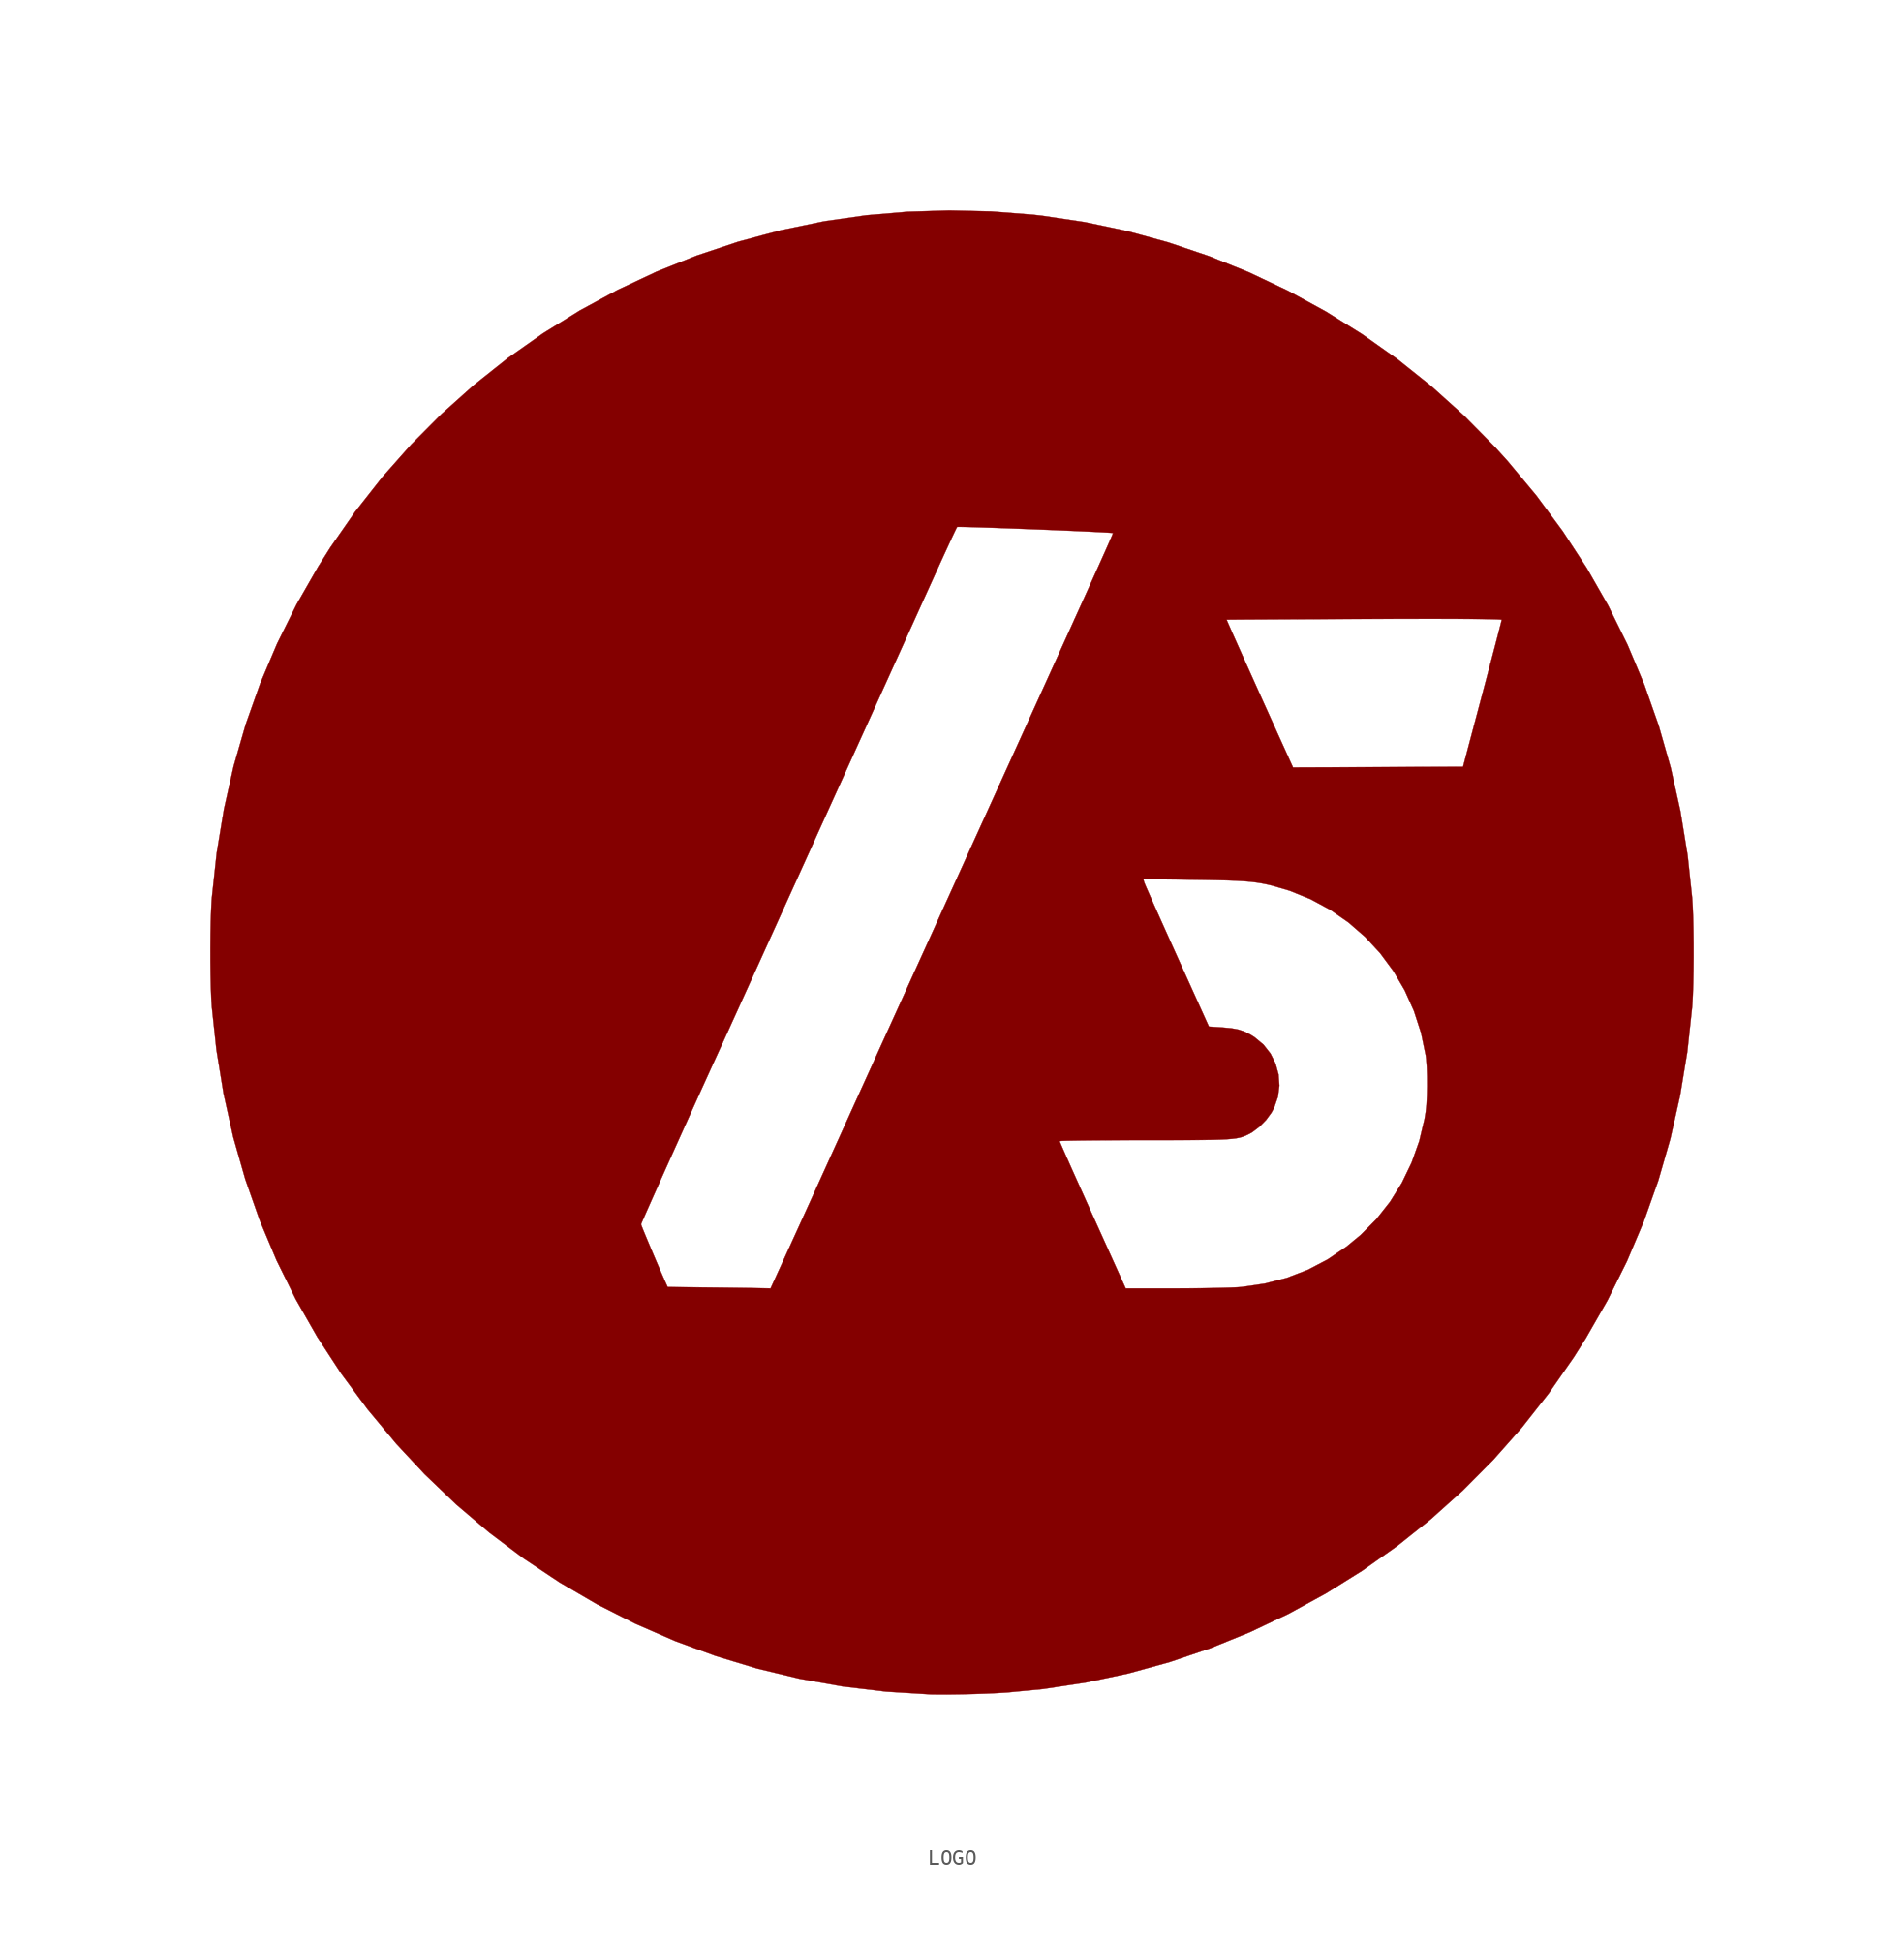
<source format=kicad_sym>
(kicad_symbol_lib
  (version 20210619)
  (generator bitmap2component)
  (symbol "LOGO"
    (pin_names
      (offset 1.016))
    (property "Reference" "#G"
      (at 0 49.403 0)
      (effects (font (size 1.27 1.27)) hide))
    (symbol "LOGO_0_0"
      (polyline (pts (xy -0.102 -47.875) (xy 0.651 -47.864) (xy 1.437 -47.844) (xy 2.212 -47.817) (xy 2.933 -47.784) (xy 3.556 -47.746) (xy 5.895 -47.519) (xy 8.655 -47.098) (xy 11.374 -46.518) (xy 14.046 -45.781) (xy 16.664 -44.892) (xy 19.222 -43.854) (xy 21.714 -42.671) (xy 24.134 -41.347) (xy 26.475 -39.885) (xy 28.73 -38.29) (xy 30.894 -36.565) (xy 32.96 -34.713) (xy 34.922 -32.739) (xy 36.774 -30.646) (xy 38.509 -28.439) (xy 40.12 -26.12) (xy 40.892 -24.899) (xy 42.299 -22.441) (xy 43.548 -19.926) (xy 44.639 -17.352) (xy 45.574 -14.716) (xy 46.353 -12.016) (xy 46.976 -9.251) (xy 47.445 -6.417) (xy 47.76 -3.514) (xy 47.772 -3.347) (xy 47.805 -2.731) (xy 47.83 -1.993) (xy 47.845 -1.171) (xy 47.852 -0.3) (xy 47.851 0.583) (xy 47.841 1.442) (xy 47.823 2.242) (xy 47.796 2.944) (xy 47.76 3.514) (xy 47.463 6.278) (xy 46.998 9.128) (xy 46.378 11.912) (xy 45.602 14.629) (xy 44.671 17.278) (xy 43.586 19.858) (xy 42.346 22.369) (xy 40.952 24.811) (xy 39.404 27.181) (xy 37.703 29.481) (xy 35.849 31.708) (xy 34.981 32.666) (xy 33.01 34.66) (xy 30.931 36.531) (xy 28.75 38.273) (xy 26.477 39.882) (xy 24.117 41.356) (xy 21.678 42.689) (xy 19.168 43.879) (xy 16.593 44.921) (xy 13.961 45.811) (xy 11.281 46.546) (xy 8.557 47.121) (xy 5.8 47.533) (xy 5.209 47.6) (xy 2.533 47.808) (xy -0.168 47.87) (xy -2.864 47.788) (xy -5.527 47.561) (xy -8.128 47.191) (xy -8.312 47.159) (xy -11.082 46.585) (xy -13.799 45.853) (xy -16.457 44.966) (xy -19.051 43.928) (xy -21.574 42.743) (xy -24.021 41.415) (xy -26.385 39.948) (xy -28.66 38.347) (xy -30.841 36.614) (xy -32.922 34.754) (xy -34.896 32.77) (xy -36.758 30.667) (xy -38.501 28.449) (xy -40.12 26.12) (xy -40.892 24.899) (xy -42.299 22.441) (xy -43.548 19.926) (xy -44.639 17.352) (xy -45.574 14.716) (xy -46.353 12.016) (xy -46.976 9.251) (xy -47.445 6.417) (xy -47.76 3.514) (xy -47.773 3.347) (xy -47.805 2.731) (xy -47.83 1.994) (xy -47.845 1.171) (xy -47.852 0.3) (xy -47.851 -0.583) (xy -47.841 -1.442) (xy -47.823 -2.241) (xy -47.796 -2.944) (xy -47.76 -3.514) (xy -47.463 -6.278) (xy -46.998 -9.128) (xy -46.378 -11.912) (xy -45.602 -14.629) (xy -44.671 -17.277) (xy -44.561 -17.54) (xy -20.066 -17.54) (xy -20.052 -17.5) (xy -19.976 -17.321) (xy -19.84 -17.011) (xy -19.652 -16.585) (xy -19.417 -16.056) (xy -19.143 -15.441) (xy -18.834 -14.751) (xy -18.499 -14.003) (xy -18.143 -13.21) (xy -17.772 -12.386) (xy -17.394 -11.546) (xy -17.014 -10.704) (xy -16.639 -9.874) (xy -16.276 -9.071) (xy -15.93 -8.309) (xy -15.609 -7.602) (xy -15.318 -6.965) (xy -15.065 -6.411) (xy -14.855 -5.955) (xy -14.805 -5.848) (xy -14.682 -5.577) (xy -14.496 -5.17) (xy -14.254 -4.636) (xy -13.959 -3.987) (xy -13.617 -3.232) (xy -13.231 -2.382) (xy -12.806 -1.447) (xy -12.348 -0.437) (xy -11.861 0.638) (xy -11.349 1.767) (xy -10.817 2.941) (xy -10.269 4.149) (xy -10.097 4.528) (xy -9.516 5.811) (xy -8.931 7.101) (xy -8.35 8.384) (xy -7.778 9.646) (xy -7.223 10.871) (xy -6.691 12.044) (xy -6.189 13.152) (xy -5.723 14.18) (xy -5.301 15.111) (xy -4.928 15.933) (xy -4.612 16.63) (xy -4.36 17.187) (xy -4.328 17.256) (xy -3.917 18.165) (xy -3.464 19.163) (xy -2.989 20.212) (xy -2.509 21.269) (xy -2.045 22.295) (xy -1.613 23.248) (xy -1.232 24.088) (xy -1.045 24.5) (xy -0.738 25.175) (xy -0.455 25.792) (xy -0.204 26.336) (xy 0.007 26.791) (xy 0.172 27.14) (xy 0.282 27.367) (xy 0.329 27.456) (xy 0.38 27.46) (xy 0.582 27.46) (xy 0.923 27.454) (xy 1.383 27.442) (xy 1.945 27.424) (xy 2.591 27.403) (xy 3.303 27.378) (xy 4.062 27.35) (xy 4.851 27.32) (xy 5.651 27.289) (xy 6.444 27.257) (xy 7.213 27.225) (xy 7.94 27.193) (xy 8.605 27.163) (xy 9.192 27.135) (xy 9.682 27.11) (xy 10.057 27.089) (xy 10.3 27.072) (xy 10.391 27.059) (xy 10.391 27.059) (xy 10.38 27.023) (xy 10.345 26.934) (xy 10.281 26.784) (xy 10.187 26.569) (xy 10.061 26.283) (xy 9.901 25.922) (xy 9.703 25.48) (xy 9.466 24.951) (xy 9.187 24.332) (xy 8.864 23.616) (xy 8.494 22.797) (xy 8.075 21.872) (xy 7.893 21.47) (xy 17.719 21.47) (xy 17.787 21.473) (xy 18.013 21.476) (xy 18.388 21.479) (xy 18.901 21.483) (xy 19.539 21.487) (xy 20.292 21.491) (xy 21.15 21.496) (xy 22.1 21.501) (xy 23.132 21.505) (xy 24.234 21.51) (xy 25.396 21.515) (xy 26.607 21.519) (xy 27.338 21.521) (xy 28.896 21.526) (xy 30.287 21.527) (xy 31.51 21.527) (xy 32.568 21.525) (xy 33.459 21.52) (xy 34.187 21.513) (xy 34.751 21.504) (xy 35.153 21.493) (xy 35.393 21.48) (xy 35.473 21.464) (xy 35.459 21.402) (xy 35.406 21.188) (xy 35.316 20.837) (xy 35.193 20.364) (xy 35.042 19.783) (xy 34.865 19.109) (xy 34.667 18.357) (xy 34.452 17.543) (xy 34.223 16.679) (xy 32.977 11.98) (xy 22.005 11.937) (xy 21.802 12.382) (xy 21.499 13.051) (xy 21.073 13.989) (xy 20.65 14.925) (xy 20.233 15.847) (xy 19.829 16.741) (xy 19.445 17.596) (xy 19.084 18.398) (xy 18.753 19.134) (xy 18.458 19.793) (xy 18.204 20.361) (xy 17.998 20.825) (xy 17.845 21.173) (xy 17.749 21.392) (xy 17.719 21.47) (xy 7.893 21.47) (xy 7.606 20.835) (xy 7.082 19.68) (xy 6.503 18.403) (xy 5.865 16.997) (xy 5.166 15.458) (xy 4.405 13.781) (xy 3.578 11.96) (xy 2.683 9.991) (xy 2.241 9.017) (xy 0.981 6.245) (xy -0.209 3.624) (xy -1.33 1.155) (xy -2.384 -1.165) (xy -3.37 -3.337) (xy -4.29 -5.363) (xy -5.144 -7.243) (xy -5.932 -8.98) (xy -6.656 -10.575) (xy -7.315 -12.029) (xy -7.38 -12.171) (xy 6.942 -12.171) (xy 6.952 -12.167) (xy 7.091 -12.156) (xy 7.38 -12.146) (xy 7.805 -12.137) (xy 8.353 -12.128) (xy 9.008 -12.121) (xy 9.757 -12.115) (xy 10.586 -12.111) (xy 11.482 -12.108) (xy 12.428 -12.107) (xy 12.66 -12.107) (xy 13.78 -12.107) (xy 14.746 -12.105) (xy 15.572 -12.101) (xy 16.271 -12.095) (xy 16.856 -12.085) (xy 17.341 -12.07) (xy 17.739 -12.05) (xy 18.063 -12.024) (xy 18.326 -11.991) (xy 18.543 -11.95) (xy 18.725 -11.901) (xy 18.886 -11.842) (xy 19.041 -11.773) (xy 19.201 -11.693) (xy 19.372 -11.596) (xy 19.832 -11.248) (xy 20.265 -10.808) (xy 20.618 -10.327) (xy 20.791 -10.003) (xy 21.032 -9.308) (xy 21.123 -8.587) (xy 21.069 -7.867) (xy 20.877 -7.17) (xy 20.551 -6.522) (xy 20.097 -5.946) (xy 19.52 -5.468) (xy 19.278 -5.315) (xy 18.892 -5.116) (xy 18.494 -4.981) (xy 18.032 -4.895) (xy 17.454 -4.841) (xy 16.578 -4.784) (xy 14.51 -0.212) (xy 14.169 0.543) (xy 13.812 1.336) (xy 13.481 2.074) (xy 13.182 2.742) (xy 12.922 3.327) (xy 12.707 3.814) (xy 12.543 4.189) (xy 12.436 4.439) (xy 12.393 4.548) (xy 12.344 4.737) (xy 15.549 4.694) (xy 16.128 4.686) (xy 16.984 4.671) (xy 17.705 4.652) (xy 18.31 4.63) (xy 18.821 4.6) (xy 19.26 4.564) (xy 19.646 4.517) (xy 20.001 4.46) (xy 20.346 4.39) (xy 20.701 4.306) (xy 21.787 3.986) (xy 23.139 3.439) (xy 24.407 2.752) (xy 25.584 1.937) (xy 26.661 1) (xy 27.63 -0.048) (xy 28.482 -1.199) (xy 29.211 -2.443) (xy 29.807 -3.771) (xy 30.263 -5.176) (xy 30.57 -6.646) (xy 30.599 -6.877) (xy 30.636 -7.39) (xy 30.657 -7.993) (xy 30.66 -8.635) (xy 30.646 -9.265) (xy 30.615 -9.832) (xy 30.567 -10.287) (xy 30.493 -10.737) (xy 30.151 -12.173) (xy 29.66 -13.553) (xy 29.029 -14.863) (xy 28.266 -16.088) (xy 27.378 -17.213) (xy 26.374 -18.223) (xy 25.459 -18.978) (xy 24.235 -19.808) (xy 22.951 -20.48) (xy 21.6 -20.999) (xy 20.175 -21.366) (xy 18.669 -21.586) (xy 18.375 -21.606) (xy 17.933 -21.625) (xy 17.374 -21.641) (xy 16.722 -21.655) (xy 16.004 -21.666) (xy 15.245 -21.672) (xy 14.472 -21.674) (xy 11.207 -21.675) (xy 9.074 -16.954) (xy 9.044 -16.889) (xy 8.667 -16.052) (xy 8.312 -15.262) (xy 7.984 -14.533) (xy 7.69 -13.877) (xy 7.437 -13.307) (xy 7.229 -12.839) (xy 7.074 -12.484) (xy 6.976 -12.257) (xy 6.942 -12.171) (xy -7.38 -12.171) (xy -7.912 -13.344) (xy -8.445 -14.52) (xy -8.475 -14.587) (xy -8.826 -15.36) (xy -9.211 -16.206) (xy -9.608 -17.08) (xy -9.997 -17.935) (xy -10.358 -18.727) (xy -10.67 -19.41) (xy -11.706 -21.675) (xy -12.817 -21.655) (xy -13.04 -21.651) (xy -13.527 -21.644) (xy -14.121 -21.636) (xy -14.78 -21.627) (xy -15.466 -21.619) (xy -16.137 -21.611) (xy -18.347 -21.587) (xy -18.453 -21.356) (xy -18.502 -21.248) (xy -18.653 -20.908) (xy -18.834 -20.493) (xy -19.034 -20.029) (xy -19.243 -19.54) (xy -19.449 -19.053) (xy -19.642 -18.593) (xy -19.811 -18.187) (xy -19.946 -17.858) (xy -20.034 -17.634) (xy -20.066 -17.54) (xy -44.561 -17.54) (xy -43.586 -19.858) (xy -42.346 -22.369) (xy -40.952 -24.811) (xy -39.404 -27.181) (xy -37.703 -29.481) (xy -35.849 -31.708) (xy -34.029 -33.66) (xy -31.992 -35.61) (xy -29.855 -37.427) (xy -27.623 -39.108) (xy -25.303 -40.651) (xy -22.901 -42.053) (xy -20.421 -43.312) (xy -17.87 -44.423) (xy -15.254 -45.386) (xy -12.578 -46.197) (xy -9.849 -46.854) (xy -7.072 -47.353) (xy -4.253 -47.691) (xy -1.397 -47.868) (xy -1.335 -47.87) (xy -0.778 -47.878) (xy -0.102 -47.875)) (stroke (width 0.01)) (fill (type outline))))))
</source>
